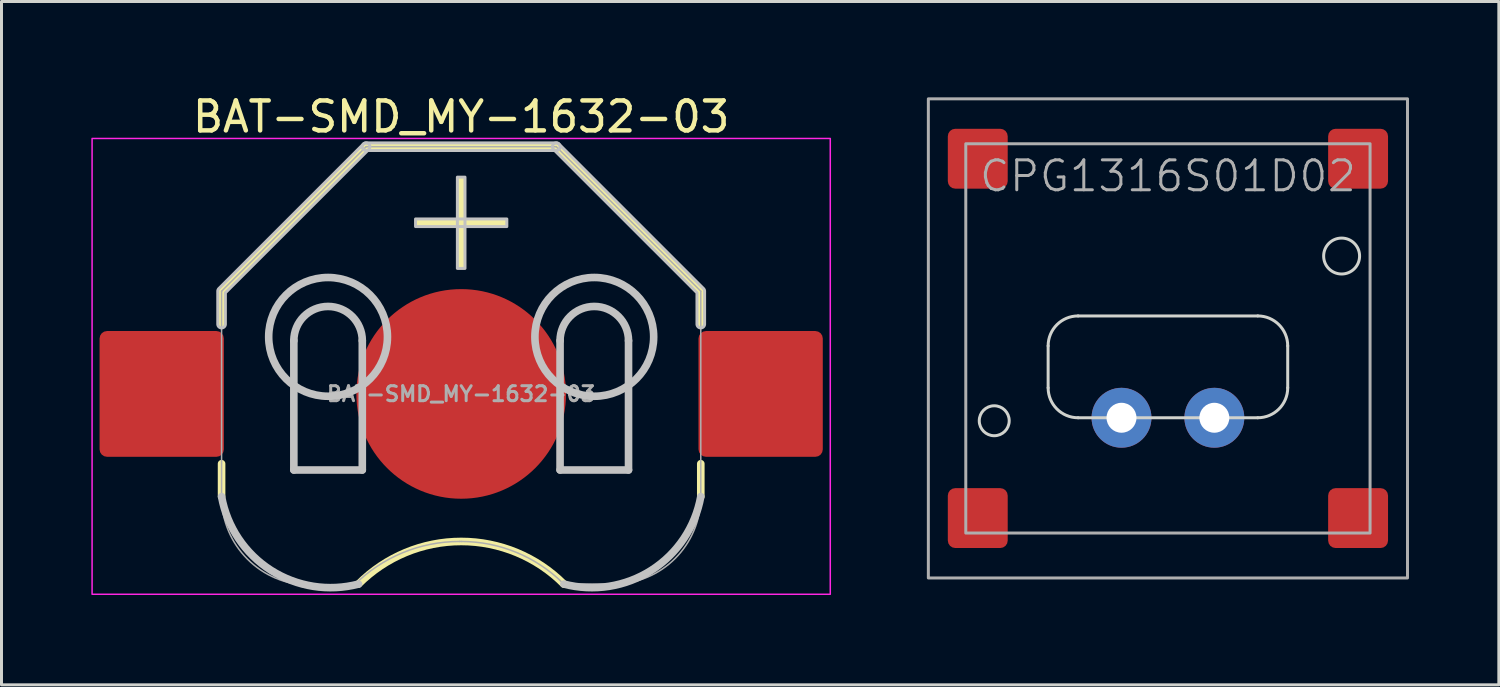
<source format=kicad_pcb>
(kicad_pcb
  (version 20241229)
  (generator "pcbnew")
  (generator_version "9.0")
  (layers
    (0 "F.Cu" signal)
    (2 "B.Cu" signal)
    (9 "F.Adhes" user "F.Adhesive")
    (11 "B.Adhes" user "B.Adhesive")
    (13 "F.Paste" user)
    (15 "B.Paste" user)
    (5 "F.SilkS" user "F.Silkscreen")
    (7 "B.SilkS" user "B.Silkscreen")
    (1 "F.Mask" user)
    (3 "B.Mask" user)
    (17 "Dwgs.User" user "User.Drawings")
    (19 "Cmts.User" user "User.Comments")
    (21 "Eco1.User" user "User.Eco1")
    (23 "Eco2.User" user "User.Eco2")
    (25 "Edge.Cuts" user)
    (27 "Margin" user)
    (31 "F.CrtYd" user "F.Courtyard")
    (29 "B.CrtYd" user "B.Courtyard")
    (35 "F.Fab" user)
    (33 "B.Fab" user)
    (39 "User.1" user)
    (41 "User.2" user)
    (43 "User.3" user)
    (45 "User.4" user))
  (footprint "BAT-SMD_MY-1632-03"
    (layer "F.Cu")
    (at 12.35 10.104)
    (property "Reference" "BAT-SMD_MY-1632-03" (at 0 -9.255 0) (layer "F.SilkS") (effects (font (size 1 1) (thickness 0.15))))
    (fp_line (start -8.001 -3.429) (end -8.001 -2.331) (stroke (width 0.254) (type default)) (layer "F.SilkS"))
    (fp_line (start -8.001 2.331) (end -8.001 3.429) (stroke (width 0.254) (type default)) (layer "F.SilkS"))
    (fp_line (start -3.175 -8.255) (end -8.001 -3.429) (stroke (width 0.254) (type default)) (layer "F.SilkS"))
    (fp_line (start -3.175 -8.255) (end 3.175 -8.255) (stroke (width 0.254) (type default)) (layer "F.SilkS"))
    (fp_line (start 3.175 -8.255) (end 8.001 -3.429) (stroke (width 0.254) (type default)) (layer "F.SilkS"))
    (fp_line (start 8.001 -3.429) (end 8.001 -2.331) (stroke (width 0.254) (type default)) (layer "F.SilkS"))
    (fp_line (start 8.001 2.331) (end 8.001 3.429) (stroke (width 0.254) (type default)) (layer "F.SilkS"))
    (fp_arc (start -3.429 6.35) (mid 0 4.926875) (end 3.429 6.35) (stroke (width 0.254) (type default)) (layer "F.SilkS"))
    (fp_poly (pts (xy -1.524 -5.842) (xy 1.524 -5.842) (xy 1.524 -5.588) (xy -1.524 -5.588)) (stroke (width 0) (type default)) (fill yes) (layer "F.SilkS"))
    (fp_poly (pts (xy -0.127 -4.191) (xy -0.127 -7.239) (xy 0.127 -7.239) (xy 0.127 -4.191)) (stroke (width 0) (type default)) (fill yes) (layer "F.SilkS"))
    (fp_line (start -5.588 2.54) (end -5.588 -1.778) (stroke (width 0.254) (type default)) (layer "Dwgs.User"))
    (fp_line (start -5.588 2.54) (end -3.302 2.54) (stroke (width 0.254) (type default)) (layer "Dwgs.User"))
    (fp_line (start -3.302 2.54) (end -3.302 -1.778) (stroke (width 0.254) (type default)) (layer "Dwgs.User"))
    (fp_line (start 3.302 2.54) (end 3.302 -1.778) (stroke (width 0.254) (type default)) (layer "Dwgs.User"))
    (fp_line (start 3.302 2.54) (end 5.588 2.54) (stroke (width 0.254) (type default)) (layer "Dwgs.User"))
    (fp_line (start 5.588 2.54) (end 5.588 -1.778) (stroke (width 0.254) (type default)) (layer "Dwgs.User"))
    (fp_arc (start -5.588 -1.778) (mid -4.445 -2.921) (end -3.302 -1.778) (stroke (width 0.254) (type default)) (layer "Dwgs.User"))
    (fp_arc (start -3.429 6.35) (mid -6.352846 5.887944) (end -8.001 3.429) (stroke (width 0.254) (type default)) (layer "Dwgs.User"))
    (fp_arc (start 3.302 -1.778) (mid 4.445 -2.921) (end 5.588 -1.778) (stroke (width 0.254) (type default)) (layer "Dwgs.User"))
    (fp_arc (start 8.001 3.429) (mid 6.352947 5.888103) (end 3.429 6.35) (stroke (width 0.254) (type default)) (layer "Dwgs.User"))
    (fp_circle (center -4.445 -1.905) (end -2.462 -1.905) (stroke (width 0.254) (type default)) (fill no) (layer "Dwgs.User"))
    (fp_circle (center 4.445 -1.905) (end 6.428 -1.905) (stroke (width 0.254) (type default)) (fill no) (layer "Dwgs.User"))
    (fp_poly (pts (xy -1.524 -5.842) (xy 1.524 -5.842) (xy 1.524 -5.588) (xy -1.524 -5.588)) (stroke (width 0.1) (type default)) (fill no) (layer "Dwgs.User"))
    (fp_poly (pts (xy -0.127 -4.191) (xy -0.127 -7.239) (xy 0.127 -7.239) (xy 0.127 -4.191)) (stroke (width 0.1) (type default)) (fill no) (layer "Dwgs.User"))
    (fp_poly (pts (arc (start -3.175 -8.128) (mid -3.302 -8.255) (end -3.175 -8.382)) (arc (start 3.175 -8.382) (mid 3.302 -8.255) (end 3.175 -8.128))) (stroke (width 0.1) (type default)) (fill no) (layer "Dwgs.User"))
    (fp_poly (pts (arc (start -3.265 -8.345) (mid -3.085 -8.345) (end -3.085 -8.165)) (xy -7.874 -3.377) (arc (start -7.874 -2.331) (mid -8.001 -2.204) (end -8.128 -2.331)) (arc (start -8.128 -3.429) (mid -8.118333 -3.477601) (end -8.091 -3.519))) (stroke (width 0.1) (type default)) (fill no) (layer "Dwgs.User"))
    (fp_poly (pts (arc (start 3.085 -8.165) (mid 3.085 -8.345) (end 3.265 -8.345)) (arc (start 8.091 -3.519) (mid 8.118591 -3.477708) (end 8.128 -3.429)) (arc (start 8.128 -2.331) (mid 8.001 -2.204) (end 7.874 -2.331)) (xy 7.874 -3.377)) (stroke (width 0.1) (type default)) (fill no) (layer "Dwgs.User"))
    (fp_rect (start -12.325 -8.53) (end 12.325 6.69) (stroke (width 0.05) (type default)) (fill no) (layer "F.CrtYd"))
    (fp_line (start -8.001 -3.429) (end -8.001 3.429) (stroke (width 0.051) (type default)) (layer "F.Fab"))
    (fp_line (start -5.045 6.385) (end -3.576 6.385) (stroke (width 0.051) (type default)) (layer "F.Fab"))
    (fp_line (start -3.175 -8.255) (end -8.001 -3.429) (stroke (width 0.051) (type default)) (layer "F.Fab"))
    (fp_line (start -0.056 4.927) (end 0 4.927) (stroke (width 0.051) (type default)) (layer "F.Fab"))
    (fp_line (start 3.175 -8.255) (end -3.175 -8.255) (stroke (width 0.051) (type default)) (layer "F.Fab"))
    (fp_line (start 3.425 6.346) (end 3.429 6.35) (stroke (width 0.051) (type default)) (layer "F.Fab"))
    (fp_line (start 3.429 6.35) (end 5.08 6.35) (stroke (width 0.051) (type default)) (layer "F.Fab"))
    (fp_line (start 8.001 -3.429) (end 3.175 -8.255) (stroke (width 0.051) (type default)) (layer "F.Fab"))
    (fp_line (start 8.001 3.429) (end 8.001 -3.429) (stroke (width 0.051) (type default)) (layer "F.Fab"))
    (fp_arc (start -5.045 6.385) (mid -7.135208 5.519208) (end -8.001 3.429) (stroke (width 0.051) (type default)) (layer "F.Fab"))
    (fp_arc (start -3.576 6.385) (mid -1.960781 5.305745) (end -0.0555 4.927) (stroke (width 0.051) (type default)) (layer "F.Fab"))
    (fp_arc (start 0 4.927) (mid 1.853308 5.295681) (end 3.4245 6.3455) (stroke (width 0.051) (type default)) (layer "F.Fab"))
    (fp_arc (start 8.001 3.429) (mid 7.145459 5.494459) (end 5.08 6.35) (stroke (width 0.051) (type default)) (layer "F.Fab"))
    (fp_poly (pts (xy 3.496 -0.172) (xy 3.462 -0.514) (xy 3.395 -0.85) (xy 3.295 -1.179) (xy 3.164 -1.496) (xy 3.002 -1.799) (xy 2.811 -2.085) (xy 2.593 -2.35) (xy 2.35 -2.593) (xy 2.085 -2.811) (xy 1.799 -3.002) (xy 1.496 -3.164) (xy 1.179 -3.295) (xy 0.85 -3.395) (xy 0.514 -3.462) (xy 0.172 -3.496) (xy -0.172 -3.496) (xy -0.514 -3.462) (xy -0.85 -3.395) (xy -1.179 -3.295) (xy -1.496 -3.164) (xy -1.799 -3.002) (xy -2.085 -2.811) (xy -2.35 -2.593) (xy -2.593 -2.35) (xy -2.811 -2.085) (xy -3.002 -1.799) (xy -3.164 -1.496) (xy -3.295 -1.179) (xy -3.395 -0.85) (xy -3.462 -0.514) (xy -3.496 -0.172) (xy -3.496 0.172) (xy -3.462 0.514) (xy -3.395 0.85) (xy -3.295 1.179) (xy -3.164 1.496) (xy -3.002 1.799) (xy -2.811 2.085) (xy -2.593 2.35) (xy -2.35 2.593) (xy -2.085 2.811) (xy -1.799 3.002) (xy -1.496 3.164) (xy -1.179 3.295) (xy -0.85 3.395) (xy -0.514 3.462) (xy -0.172 3.496) (xy 0.172 3.496) (xy 0.514 3.462) (xy 0.85 3.395) (xy 1.179 3.295) (xy 1.496 3.164) (xy 1.799 3.002) (xy 2.085 2.811) (xy 2.35 2.593) (xy 2.593 2.35) (xy 2.811 2.085) (xy 3.002 1.799) (xy 3.164 1.496) (xy 3.295 1.179) (xy 3.395 0.85) (xy 3.462 0.514) (xy 3.496 0.172)) (stroke (width 0.1) (type default)) (fill no) (layer "User.1"))
    (fp_text user "${REFERENCE}" (at 0 0 0) (layer "F.Fab") (effects (font (size 0.5 0.5) (thickness 0.1))))
    (pad "1" smd roundrect (at -10 0) (size 4.15 4.2) (layers "F.Cu" "F.Mask" "F.Paste") (roundrect_rratio 0.06))
    (pad "1" smd roundrect (at 10 0) (size 4.15 4.2) (layers "F.Cu" "F.Mask" "F.Paste") (roundrect_rratio 0.06))
    (pad "2" smd circle (at 0 0) (size 7 7) (layers "F.Cu" "F.Mask" "F.Paste")))
  (footprint "CPG1316S01D02"
    (layer "F.Cu")
    (at 27.95 0.25)
    (property "Reference" "CPG1316S01D02" (at 8 2.58 0) (unlocked yes) (layer "F.Fab") (effects (font (size 1 1) (thickness 0.1))))
    (attr smd)
    (fp_line (start 4 9.65) (end 4 8.25) (stroke (width 0.1) (type default)) (layer "Edge.Cuts"))
    (fp_line (start 5 7.25) (end 11 7.25) (stroke (width 0.1) (type default)) (layer "Edge.Cuts"))
    (fp_line (start 11 10.65) (end 5 10.65) (stroke (width 0.1) (type default)) (layer "Edge.Cuts"))
    (fp_line (start 12 8.25) (end 12 9.65) (stroke (width 0.1) (type default)) (layer "Edge.Cuts"))
    (fp_arc (start 4 8.25) (mid 4.292893 7.542893) (end 5 7.25) (stroke (width 0.1) (type default)) (layer "Edge.Cuts"))
    (fp_arc (start 5 10.65) (mid 4.292893 10.357107) (end 4 9.65) (stroke (width 0.1) (type default)) (layer "Edge.Cuts"))
    (fp_arc (start 11 7.25) (mid 11.707107 7.542893) (end 12 8.25) (stroke (width 0.1) (type default)) (layer "Edge.Cuts"))
    (fp_arc (start 12 9.65) (mid 11.707107 10.357107) (end 11 10.65) (stroke (width 0.1) (type default)) (layer "Edge.Cuts"))
    (fp_circle (center 2.2 10.75) (end 2.7 10.75) (stroke (width 0.1) (type default)) (fill no) (layer "Edge.Cuts"))
    (fp_circle (center 13.8 5.25) (end 14.4 5.25) (stroke (width 0.1) (type default)) (fill no) (layer "Edge.Cuts"))
    (fp_rect (start 0 16) (end 16 0) (stroke (width 0.1) (type default)) (fill no) (layer "F.Fab"))
    (fp_rect (start 1.25 1.5) (end 14.75 14.5) (stroke (width 0.1) (type default)) (fill no) (layer "F.Fab"))
    (pad "" smd roundrect (at 1.65 2) (size 2 2) (layers "F.Cu" "F.Mask" "F.Paste") (roundrect_rratio 0.125))
    (pad "" smd roundrect (at 1.65 14) (size 2 2) (layers "F.Cu" "F.Mask" "F.Paste") (roundrect_rratio 0.125))
    (pad "" smd roundrect (at 14.35 2) (size 2 2) (layers "F.Cu" "F.Mask" "F.Paste") (roundrect_rratio 0.125))
    (pad "" smd roundrect (at 14.35 14) (size 2 2) (layers "F.Cu" "F.Mask" "F.Paste") (roundrect_rratio 0.125))
    (pad "1" thru_hole circle (at 6.45 10.65) (size 2 2) (drill 1) (property pad_prop_castellated) (layers "*.Cu" "*.Paste" "*.Mask"))
    (pad "2" thru_hole circle (at 9.55 10.65) (size 2 2) (drill 1) (property pad_prop_castellated) (layers "*.Cu" "*.Paste" "*.Mask")))
  (gr_rect
    (start -3 -3)
    (end 47 19.819)
    (stroke (width 0.1) (type default))
    (fill no)
    (layer "Edge.Cuts")))
</source>
